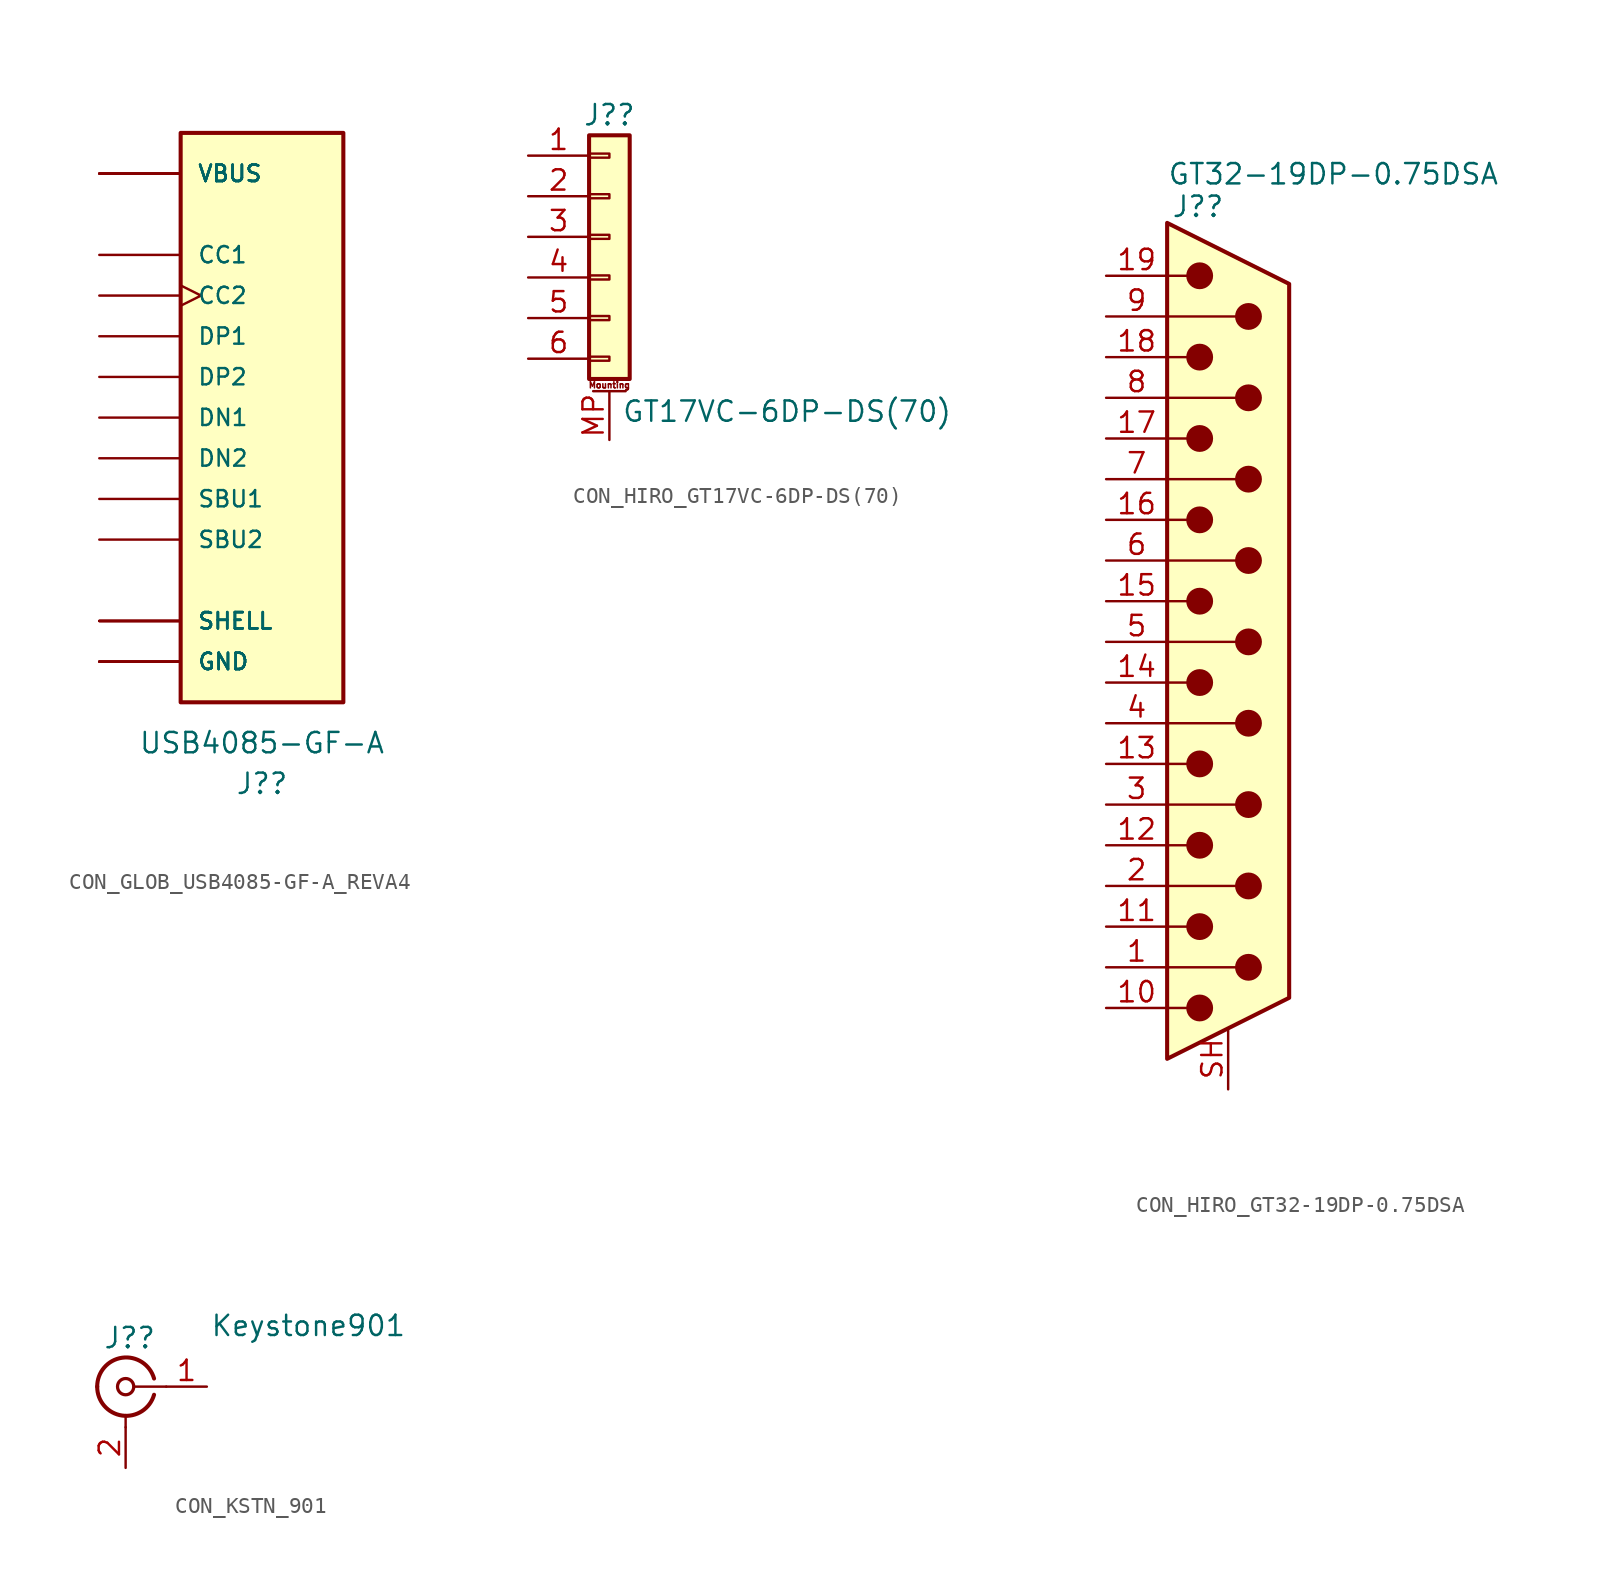
<source format=kicad_sym>
(kicad_symbol_lib
  (version 20231120)
  (generator "kicad_symbol_editor")
  (generator_version "8.0")
  (symbol "CON_GLOB_USB4085-GF-A_REVA4"
    (pin_numbers hide)
    (pin_names
      (offset 1.016))
    (property "Reference" "J?"
      (at 0 -22.86 0)
      (effects (font (size 1.27 1.27))))
    (property "Value" "USB4085-GF-A"
      (at 0 -20.32 0)
      (effects (font (size 1.27 1.27))))
    (symbol "CON_GLOB_USB4085-GF-A_REVA4_0_0"
      (rectangle (start -5.08 -17.78) (end 5.08 17.78) (stroke (width 0.254) (type default)) (fill (type background)))
      (pin passive line (at -10.16 -15.24 0) (length 5.08) (name "GND" (effects (font (size 1.016 1.016)))) (number "A1" (effects (font (size 1.016 1.016)))))
      (pin passive line (at -10.16 -15.24 0) (length 5.08) (name "GND" (effects (font (size 1.016 1.016)))) (number "A12" (effects (font (size 1.016 1.016)))))
      (pin power_in line (at -10.16 15.24 0) (length 5.08) (name "VBUS" (effects (font (size 1.016 1.016)))) (number "A4" (effects (font (size 1.016 1.016)))))
      (pin bidirectional line (at -10.16 10.16 0) (length 5.08) (name "CC1" (effects (font (size 1.016 1.016)))) (number "A5" (effects (font (size 1.016 1.016)))))
      (pin bidirectional line (at -10.16 5.08 0) (length 5.08) (name "DP1" (effects (font (size 1.016 1.016)))) (number "A6" (effects (font (size 1.016 1.016)))))
      (pin bidirectional line (at -10.16 0 0) (length 5.08) (name "DN1" (effects (font (size 1.016 1.016)))) (number "A7" (effects (font (size 1.016 1.016)))))
      (pin bidirectional line (at -10.16 -5.08 0) (length 5.08) (name "SBU1" (effects (font (size 1.016 1.016)))) (number "A8" (effects (font (size 1.016 1.016)))))
      (pin power_in line (at -10.16 15.24 0) (length 5.08) (name "VBUS" (effects (font (size 1.016 1.016)))) (number "A9" (effects (font (size 1.016 1.016)))))
      (pin passive line (at -10.16 -15.24 0) (length 5.08) (name "GND" (effects (font (size 1.016 1.016)))) (number "B1" (effects (font (size 1.016 1.016)))))
      (pin passive line (at -10.16 -15.24 0) (length 5.08) (name "GND" (effects (font (size 1.016 1.016)))) (number "B12" (effects (font (size 1.016 1.016)))))
      (pin power_in line (at -10.16 15.24 0) (length 5.08) (name "VBUS" (effects (font (size 1.016 1.016)))) (number "B4" (effects (font (size 1.016 1.016)))))
      (pin bidirectional clock (at -10.16 7.62 0) (length 5.08) (name "CC2" (effects (font (size 1.016 1.016)))) (number "B5" (effects (font (size 1.016 1.016)))))
      (pin bidirectional line (at -10.16 2.54 0) (length 5.08) (name "DP2" (effects (font (size 1.016 1.016)))) (number "B6" (effects (font (size 1.016 1.016)))))
      (pin bidirectional line (at -10.16 -2.54 0) (length 5.08) (name "DN2" (effects (font (size 1.016 1.016)))) (number "B7" (effects (font (size 1.016 1.016)))))
      (pin bidirectional line (at -10.16 -7.62 0) (length 5.08) (name "SBU2" (effects (font (size 1.016 1.016)))) (number "B8" (effects (font (size 1.016 1.016)))))
      (pin power_in line (at -10.16 15.24 0) (length 5.08) (name "VBUS" (effects (font (size 1.016 1.016)))) (number "B9" (effects (font (size 1.016 1.016)))))
      (pin passive line (at -10.16 -12.7 0) (length 5.08) (name "SHELL" (effects (font (size 1.016 1.016)))) (number "P1" (effects (font (size 1.016 1.016)))))
      (pin passive line (at -10.16 -12.7 0) (length 5.08) (name "SHELL" (effects (font (size 1.016 1.016)))) (number "P2" (effects (font (size 1.016 1.016)))))
      (pin passive line (at -10.16 -12.7 0) (length 5.08) (name "SHELL" (effects (font (size 1.016 1.016)))) (number "P3" (effects (font (size 1.016 1.016)))))
      (pin passive line (at -10.16 -12.7 0) (length 5.08) (name "SHELL" (effects (font (size 1.016 1.016)))) (number "P4" (effects (font (size 1.016 1.016)))))))
  (symbol "CON_HIRO_GT17VC-6DP-DS(70)"
    (pin_names
      (offset 1.016) hide)
    (property "Reference" "J?"
      (at 0 8.89 0)
      (effects (font (size 1.27 1.27))))
    (property "Value" "GT17VC-6DP-DS(70)"
      (at 0.762 -9.652 0)
      (effects (font (size 1.27 1.27)) (justify left)))
    (symbol "CON_HIRO_GT17VC-6DP-DS(70)_1_1"
      (rectangle (start -1.27 -6.223) (end 0 -6.477) (stroke (width 0.152) (type default)) (fill (type none)))
      (rectangle (start -1.27 -3.683) (end 0 -3.937) (stroke (width 0.152) (type default)) (fill (type none)))
      (rectangle (start -1.27 -1.143) (end 0 -1.397) (stroke (width 0.152) (type default)) (fill (type none)))
      (rectangle (start -1.27 1.397) (end 0 1.143) (stroke (width 0.152) (type default)) (fill (type none)))
      (rectangle (start -1.27 3.937) (end 0 3.683) (stroke (width 0.152) (type default)) (fill (type none)))
      (rectangle (start -1.27 6.477) (end 0 6.223) (stroke (width 0.152) (type default)) (fill (type none)))
      (rectangle (start -1.27 7.62) (end 1.27 -7.62) (stroke (width 0.254) (type default)) (fill (type background)))
      (polyline (pts (xy -1.016 -8.382) (xy 1.016 -8.382)) (stroke (width 0.152) (type default)) (fill (type none)))
      (text "Mounting" (at 0 -8.001 0) (effects (font (size 0.381 0.381))))
      (pin passive line (at -5.08 6.35 0) (length 3.81) (name "Pin_1" (effects (font (size 1.27 1.27)))) (number "1" (effects (font (size 1.27 1.27)))))
      (pin passive line (at -5.08 3.81 0) (length 3.81) (name "Pin_2" (effects (font (size 1.27 1.27)))) (number "2" (effects (font (size 1.27 1.27)))))
      (pin passive line (at -5.08 1.27 0) (length 3.81) (name "Pin_3" (effects (font (size 1.27 1.27)))) (number "3" (effects (font (size 1.27 1.27)))))
      (pin passive line (at -5.08 -1.27 0) (length 3.81) (name "Pin_4" (effects (font (size 1.27 1.27)))) (number "4" (effects (font (size 1.27 1.27)))))
      (pin passive line (at -5.08 -3.81 0) (length 3.81) (name "Pin_5" (effects (font (size 1.27 1.27)))) (number "5" (effects (font (size 1.27 1.27)))))
      (pin passive line (at -5.08 -6.35 0) (length 3.81) (name "Pin_6" (effects (font (size 1.27 1.27)))) (number "6" (effects (font (size 1.27 1.27)))))
      (pin passive line (at 0 -11.43 90) (length 3.048) (name "MountPin" (effects (font (size 1.27 1.27)))) (number "MP" (effects (font (size 1.27 1.27)))))))
  (symbol "CON_HIRO_GT32-19DP-0.75DSA"
    (pin_names
      (offset 1.016) hide)
    (property "Reference" "J?"
      (at -2.286 28.448 0)
      (effects (font (size 1.27 1.27)) (justify left)))
    (property "Value" "GT32-19DP-0.75DSA"
      (at -2.54 30.48 0)
      (effects (font (size 1.27 1.27)) (justify left)))
    (symbol "CON_HIRO_GT32-19DP-0.75DSA_0_1"
      (circle (center -0.508 -21.59) (radius 0.762) (stroke (width 0) (type default)) (fill (type outline)))
      (circle (center -0.508 -16.51) (radius 0.762) (stroke (width 0) (type default)) (fill (type outline)))
      (circle (center -0.508 -11.43) (radius 0.762) (stroke (width 0) (type default)) (fill (type outline)))
      (circle (center -0.508 -6.35) (radius 0.762) (stroke (width 0) (type default)) (fill (type outline)))
      (circle (center -0.508 -1.27) (radius 0.762) (stroke (width 0) (type default)) (fill (type outline)))
      (circle (center -0.508 3.81) (radius 0.762) (stroke (width 0) (type default)) (fill (type outline)))
      (circle (center -0.508 8.89) (radius 0.762) (stroke (width 0) (type default)) (fill (type outline)))
      (circle (center -0.508 13.97) (radius 0.762) (stroke (width 0) (type default)) (fill (type outline)))
      (circle (center -0.508 19.05) (radius 0.762) (stroke (width 0) (type default)) (fill (type outline)))
      (circle (center -0.508 24.13) (radius 0.762) (stroke (width 0) (type default)) (fill (type outline)))
      (polyline (pts (xy -2.54 -21.59) (xy -1.27 -21.59)) (stroke (width 0) (type default)) (fill (type none)))
      (polyline (pts (xy -2.54 -19.05) (xy 1.778 -19.05)) (stroke (width 0) (type default)) (fill (type none)))
      (polyline (pts (xy -2.54 -16.51) (xy -1.27 -16.51)) (stroke (width 0) (type default)) (fill (type none)))
      (polyline (pts (xy -2.54 -13.97) (xy 1.778 -13.97)) (stroke (width 0) (type default)) (fill (type none)))
      (polyline (pts (xy -2.54 -11.43) (xy -1.27 -11.43)) (stroke (width 0) (type default)) (fill (type none)))
      (polyline (pts (xy -2.54 -8.89) (xy 1.778 -8.89)) (stroke (width 0) (type default)) (fill (type none)))
      (polyline (pts (xy -2.54 -6.35) (xy -1.27 -6.35)) (stroke (width 0) (type default)) (fill (type none)))
      (polyline (pts (xy -2.54 -3.81) (xy 1.778 -3.81)) (stroke (width 0) (type default)) (fill (type none)))
      (polyline (pts (xy -2.54 -1.27) (xy -1.27 -1.27)) (stroke (width 0) (type default)) (fill (type none)))
      (polyline (pts (xy -2.54 1.27) (xy 1.778 1.27)) (stroke (width 0) (type default)) (fill (type none)))
      (polyline (pts (xy -2.54 3.81) (xy -1.27 3.81)) (stroke (width 0) (type default)) (fill (type none)))
      (polyline (pts (xy -2.54 6.35) (xy 1.778 6.35)) (stroke (width 0) (type default)) (fill (type none)))
      (polyline (pts (xy -2.54 8.89) (xy -1.27 8.89)) (stroke (width 0) (type default)) (fill (type none)))
      (polyline (pts (xy -2.54 11.43) (xy 1.778 11.43)) (stroke (width 0) (type default)) (fill (type none)))
      (polyline (pts (xy -2.54 13.97) (xy -1.27 13.97)) (stroke (width 0) (type default)) (fill (type none)))
      (polyline (pts (xy -2.54 16.51) (xy 1.778 16.51)) (stroke (width 0) (type default)) (fill (type none)))
      (polyline (pts (xy -2.54 19.05) (xy -1.27 19.05)) (stroke (width 0) (type default)) (fill (type none)))
      (polyline (pts (xy -2.54 21.59) (xy 1.778 21.59)) (stroke (width 0) (type default)) (fill (type none)))
      (polyline (pts (xy -2.54 24.13) (xy -1.27 24.13)) (stroke (width 0) (type default)) (fill (type none)))
      (polyline (pts (xy -2.54 -24.765) (xy 5.08 -20.955) (xy 5.08 23.622) (xy -2.54 27.432) (xy -2.54 -24.765)) (stroke (width 0.254) (type default)) (fill (type background)))
      (circle (center 2.54 -19.05) (radius 0.762) (stroke (width 0) (type default)) (fill (type outline)))
      (circle (center 2.54 -13.97) (radius 0.762) (stroke (width 0) (type default)) (fill (type outline)))
      (circle (center 2.54 -8.89) (radius 0.762) (stroke (width 0) (type default)) (fill (type outline)))
      (circle (center 2.54 -3.81) (radius 0.762) (stroke (width 0) (type default)) (fill (type outline)))
      (circle (center 2.54 1.27) (radius 0.762) (stroke (width 0) (type default)) (fill (type outline)))
      (circle (center 2.54 6.35) (radius 0.762) (stroke (width 0) (type default)) (fill (type outline)))
      (circle (center 2.54 11.43) (radius 0.762) (stroke (width 0) (type default)) (fill (type outline)))
      (circle (center 2.54 16.51) (radius 0.762) (stroke (width 0) (type default)) (fill (type outline)))
      (circle (center 2.54 21.59) (radius 0.762) (stroke (width 0) (type default)) (fill (type outline))))
    (symbol "CON_HIRO_GT32-19DP-0.75DSA_1_1"
      (pin passive line (at -6.35 -19.05 0) (length 3.81) (name "P14" (effects (font (size 1.27 1.27)))) (number "1" (effects (font (size 1.27 1.27)))))
      (pin passive line (at -6.35 -21.59 0) (length 3.81) (name "1" (effects (font (size 1.27 1.27)))) (number "10" (effects (font (size 1.27 1.27)))))
      (pin passive line (at -6.35 -16.51 0) (length 3.81) (name "2" (effects (font (size 1.27 1.27)))) (number "11" (effects (font (size 1.27 1.27)))))
      (pin passive line (at -6.35 -11.43 0) (length 3.81) (name "3" (effects (font (size 1.27 1.27)))) (number "12" (effects (font (size 1.27 1.27)))))
      (pin passive line (at -6.35 -6.35 0) (length 3.81) (name "4" (effects (font (size 1.27 1.27)))) (number "13" (effects (font (size 1.27 1.27)))))
      (pin passive line (at -6.35 -1.27 0) (length 3.81) (name "5" (effects (font (size 1.27 1.27)))) (number "14" (effects (font (size 1.27 1.27)))))
      (pin passive line (at -6.35 3.81 0) (length 3.81) (name "6" (effects (font (size 1.27 1.27)))) (number "15" (effects (font (size 1.27 1.27)))))
      (pin passive line (at -6.35 8.89 0) (length 3.81) (name "7" (effects (font (size 1.27 1.27)))) (number "16" (effects (font (size 1.27 1.27)))))
      (pin passive line (at -6.35 13.97 0) (length 3.81) (name "8" (effects (font (size 1.27 1.27)))) (number "17" (effects (font (size 1.27 1.27)))))
      (pin passive line (at -6.35 19.05 0) (length 3.81) (name "9" (effects (font (size 1.27 1.27)))) (number "18" (effects (font (size 1.27 1.27)))))
      (pin passive line (at -6.35 24.13 0) (length 3.81) (name "10" (effects (font (size 1.27 1.27)))) (number "19" (effects (font (size 1.27 1.27)))))
      (pin passive line (at -6.35 -13.97 0) (length 3.81) (name "P15" (effects (font (size 1.27 1.27)))) (number "2" (effects (font (size 1.27 1.27)))))
      (pin passive line (at -6.35 -8.89 0) (length 3.81) (name "P16" (effects (font (size 1.27 1.27)))) (number "3" (effects (font (size 1.27 1.27)))))
      (pin passive line (at -6.35 -3.81 0) (length 3.81) (name "P17" (effects (font (size 1.27 1.27)))) (number "4" (effects (font (size 1.27 1.27)))))
      (pin passive line (at -6.35 1.27 0) (length 3.81) (name "P18" (effects (font (size 1.27 1.27)))) (number "5" (effects (font (size 1.27 1.27)))))
      (pin passive line (at -6.35 6.35 0) (length 3.81) (name "P19" (effects (font (size 1.27 1.27)))) (number "6" (effects (font (size 1.27 1.27)))))
      (pin passive line (at -6.35 11.43 0) (length 3.81) (name "P20" (effects (font (size 1.27 1.27)))) (number "7" (effects (font (size 1.27 1.27)))))
      (pin passive line (at -6.35 16.51 0) (length 3.81) (name "P21" (effects (font (size 1.27 1.27)))) (number "8" (effects (font (size 1.27 1.27)))))
      (pin passive line (at -6.35 21.59 0) (length 3.81) (name "P22" (effects (font (size 1.27 1.27)))) (number "9" (effects (font (size 1.27 1.27)))))
      (pin passive line (at 1.27 -26.67 90) (length 3.81) (name "PAD" (effects (font (size 1.27 1.27)))) (number "SH" (effects (font (size 1.27 1.27)))))))
  (symbol "CON_KSTN_901"
    (pin_names
      (offset 1.016) hide)
    (property "Reference" "J?"
      (at 0.254 3.048 0)
      (effects (font (size 1.27 1.27))))
    (property "Value" "Keystone901"
      (at 11.43 3.81 0)
      (effects (font (size 1.27 1.27))))
    (symbol "CON_KSTN_901_0_1"
      (arc (start -1.778 0) (mid -0.222 -1.8079) (end 1.778 -0.508) (stroke (width 0.254) (type default)) (fill (type none)))
      (polyline (pts (xy 0 -2.54) (xy 0 -1.778)) (stroke (width 0) (type default)) (fill (type none)))
      (polyline (pts (xy 2.54 0) (xy 0.508 0)) (stroke (width 0) (type default)) (fill (type none)))
      (circle (center 0 0) (radius 0.508) (stroke (width 0.203) (type default)) (fill (type none)))
      (arc (start 1.778 0.508) (mid -0.2221 1.8084) (end -1.778 0) (stroke (width 0.254) (type default)) (fill (type none))))
    (symbol "CON_KSTN_901_1_1"
      (pin passive line (at 5.08 0 180) (length 2.54) (name "In" (effects (font (size 1.27 1.27)))) (number "1" (effects (font (size 1.27 1.27)))))
      (pin passive line (at 0 -5.08 90) (length 2.54) (name "Ext" (effects (font (size 1.27 1.27)))) (number "2" (effects (font (size 1.27 1.27))))))))
</source>
